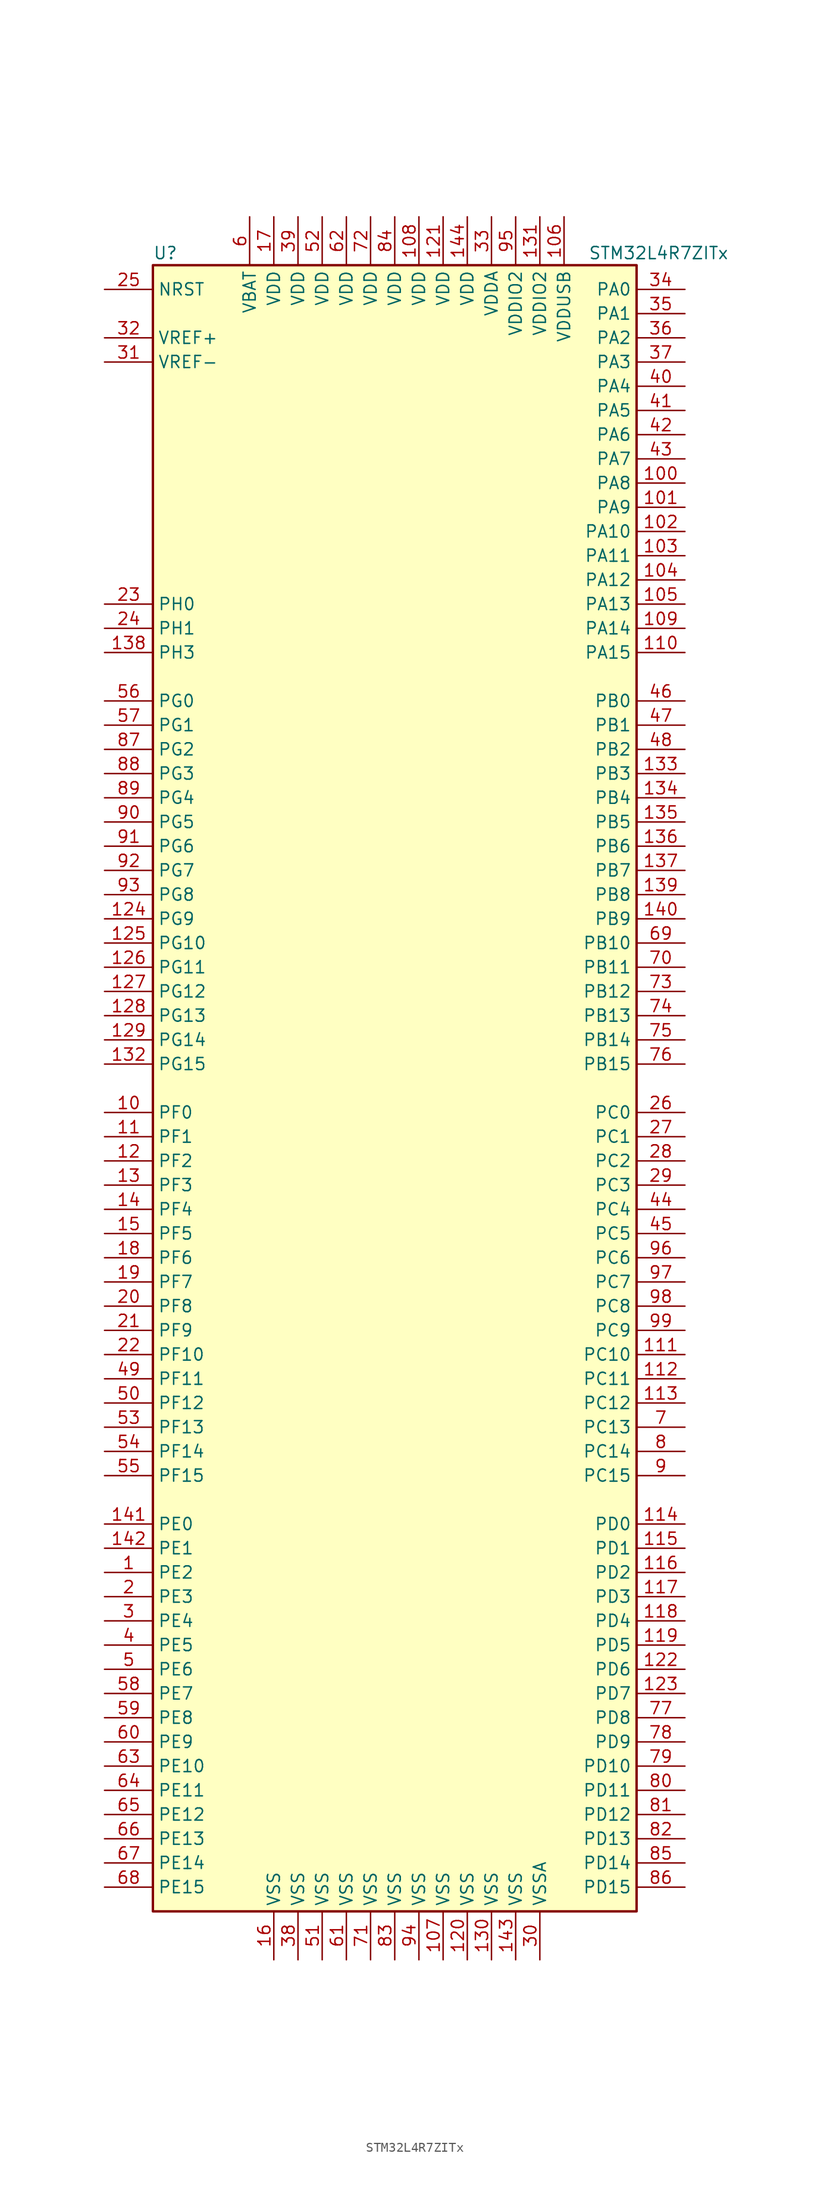
<source format=kicad_sym>
(kicad_symbol_lib
  (version 20201005)
  (generator kicad_symbol_editor)
  (symbol "STM32L4R7ZITx"
    (property "Reference" "U"
      (at -25.4 87.63 0)
      (effects (font (size 1.27 1.27)) (justify left)))
    (property "Value" "STM32L4R7ZITx"
      (at 20.32 87.63 0)
      (effects (font (size 1.27 1.27)) (justify left)))
    (symbol "STM32L4R7ZITx_0_1"
      (rectangle (start -25.4 -86.36) (end 25.4 86.36) (stroke (width 0.254)) (fill (type background))))
    (symbol "STM32L4R7ZITx_1_1"
      (pin bidirectional line (at -30.48 -50.8 0) (length 5.08) (name "PE2" (effects (font (size 1.27 1.27)))) (number "1" (effects (font (size 1.27 1.27)))))
      (pin bidirectional line (at -30.48 -2.54 0) (length 5.08) (name "PF0" (effects (font (size 1.27 1.27)))) (number "10" (effects (font (size 1.27 1.27)))))
      (pin bidirectional line (at 30.48 63.5 180) (length 5.08) (name "PA8" (effects (font (size 1.27 1.27)))) (number "100" (effects (font (size 1.27 1.27)))))
      (pin bidirectional line (at 30.48 60.96 180) (length 5.08) (name "PA9" (effects (font (size 1.27 1.27)))) (number "101" (effects (font (size 1.27 1.27)))))
      (pin bidirectional line (at 30.48 58.42 180) (length 5.08) (name "PA10" (effects (font (size 1.27 1.27)))) (number "102" (effects (font (size 1.27 1.27)))))
      (pin bidirectional line (at 30.48 55.88 180) (length 5.08) (name "PA11" (effects (font (size 1.27 1.27)))) (number "103" (effects (font (size 1.27 1.27)))))
      (pin bidirectional line (at 30.48 53.34 180) (length 5.08) (name "PA12" (effects (font (size 1.27 1.27)))) (number "104" (effects (font (size 1.27 1.27)))))
      (pin bidirectional line (at 30.48 50.8 180) (length 5.08) (name "PA13" (effects (font (size 1.27 1.27)))) (number "105" (effects (font (size 1.27 1.27)))))
      (pin power_in line (at 17.78 91.44 270) (length 5.08) (name "VDDUSB" (effects (font (size 1.27 1.27)))) (number "106" (effects (font (size 1.27 1.27)))))
      (pin power_in line (at 5.08 -91.44 90) (length 5.08) (name "VSS" (effects (font (size 1.27 1.27)))) (number "107" (effects (font (size 1.27 1.27)))))
      (pin power_in line (at 2.54 91.44 270) (length 5.08) (name "VDD" (effects (font (size 1.27 1.27)))) (number "108" (effects (font (size 1.27 1.27)))))
      (pin bidirectional line (at 30.48 48.26 180) (length 5.08) (name "PA14" (effects (font (size 1.27 1.27)))) (number "109" (effects (font (size 1.27 1.27)))))
      (pin bidirectional line (at -30.48 -5.08 0) (length 5.08) (name "PF1" (effects (font (size 1.27 1.27)))) (number "11" (effects (font (size 1.27 1.27)))))
      (pin bidirectional line (at 30.48 45.72 180) (length 5.08) (name "PA15" (effects (font (size 1.27 1.27)))) (number "110" (effects (font (size 1.27 1.27)))))
      (pin bidirectional line (at 30.48 -27.94 180) (length 5.08) (name "PC10" (effects (font (size 1.27 1.27)))) (number "111" (effects (font (size 1.27 1.27)))))
      (pin bidirectional line (at 30.48 -30.48 180) (length 5.08) (name "PC11" (effects (font (size 1.27 1.27)))) (number "112" (effects (font (size 1.27 1.27)))))
      (pin bidirectional line (at 30.48 -33.02 180) (length 5.08) (name "PC12" (effects (font (size 1.27 1.27)))) (number "113" (effects (font (size 1.27 1.27)))))
      (pin bidirectional line (at 30.48 -45.72 180) (length 5.08) (name "PD0" (effects (font (size 1.27 1.27)))) (number "114" (effects (font (size 1.27 1.27)))))
      (pin bidirectional line (at 30.48 -48.26 180) (length 5.08) (name "PD1" (effects (font (size 1.27 1.27)))) (number "115" (effects (font (size 1.27 1.27)))))
      (pin bidirectional line (at 30.48 -50.8 180) (length 5.08) (name "PD2" (effects (font (size 1.27 1.27)))) (number "116" (effects (font (size 1.27 1.27)))))
      (pin bidirectional line (at 30.48 -53.34 180) (length 5.08) (name "PD3" (effects (font (size 1.27 1.27)))) (number "117" (effects (font (size 1.27 1.27)))))
      (pin bidirectional line (at 30.48 -55.88 180) (length 5.08) (name "PD4" (effects (font (size 1.27 1.27)))) (number "118" (effects (font (size 1.27 1.27)))))
      (pin bidirectional line (at 30.48 -58.42 180) (length 5.08) (name "PD5" (effects (font (size 1.27 1.27)))) (number "119" (effects (font (size 1.27 1.27)))))
      (pin bidirectional line (at -30.48 -7.62 0) (length 5.08) (name "PF2" (effects (font (size 1.27 1.27)))) (number "12" (effects (font (size 1.27 1.27)))))
      (pin power_in line (at 7.62 -91.44 90) (length 5.08) (name "VSS" (effects (font (size 1.27 1.27)))) (number "120" (effects (font (size 1.27 1.27)))))
      (pin power_in line (at 5.08 91.44 270) (length 5.08) (name "VDD" (effects (font (size 1.27 1.27)))) (number "121" (effects (font (size 1.27 1.27)))))
      (pin bidirectional line (at 30.48 -60.96 180) (length 5.08) (name "PD6" (effects (font (size 1.27 1.27)))) (number "122" (effects (font (size 1.27 1.27)))))
      (pin bidirectional line (at 30.48 -63.5 180) (length 5.08) (name "PD7" (effects (font (size 1.27 1.27)))) (number "123" (effects (font (size 1.27 1.27)))))
      (pin bidirectional line (at -30.48 17.78 0) (length 5.08) (name "PG9" (effects (font (size 1.27 1.27)))) (number "124" (effects (font (size 1.27 1.27)))))
      (pin bidirectional line (at -30.48 15.24 0) (length 5.08) (name "PG10" (effects (font (size 1.27 1.27)))) (number "125" (effects (font (size 1.27 1.27)))))
      (pin bidirectional line (at -30.48 12.7 0) (length 5.08) (name "PG11" (effects (font (size 1.27 1.27)))) (number "126" (effects (font (size 1.27 1.27)))))
      (pin bidirectional line (at -30.48 10.16 0) (length 5.08) (name "PG12" (effects (font (size 1.27 1.27)))) (number "127" (effects (font (size 1.27 1.27)))))
      (pin bidirectional line (at -30.48 7.62 0) (length 5.08) (name "PG13" (effects (font (size 1.27 1.27)))) (number "128" (effects (font (size 1.27 1.27)))))
      (pin bidirectional line (at -30.48 5.08 0) (length 5.08) (name "PG14" (effects (font (size 1.27 1.27)))) (number "129" (effects (font (size 1.27 1.27)))))
      (pin bidirectional line (at -30.48 -10.16 0) (length 5.08) (name "PF3" (effects (font (size 1.27 1.27)))) (number "13" (effects (font (size 1.27 1.27)))))
      (pin power_in line (at 10.16 -91.44 90) (length 5.08) (name "VSS" (effects (font (size 1.27 1.27)))) (number "130" (effects (font (size 1.27 1.27)))))
      (pin power_in line (at 15.24 91.44 270) (length 5.08) (name "VDDIO2" (effects (font (size 1.27 1.27)))) (number "131" (effects (font (size 1.27 1.27)))))
      (pin bidirectional line (at -30.48 2.54 0) (length 5.08) (name "PG15" (effects (font (size 1.27 1.27)))) (number "132" (effects (font (size 1.27 1.27)))))
      (pin bidirectional line (at 30.48 33.02 180) (length 5.08) (name "PB3" (effects (font (size 1.27 1.27)))) (number "133" (effects (font (size 1.27 1.27)))))
      (pin bidirectional line (at 30.48 30.48 180) (length 5.08) (name "PB4" (effects (font (size 1.27 1.27)))) (number "134" (effects (font (size 1.27 1.27)))))
      (pin bidirectional line (at 30.48 27.94 180) (length 5.08) (name "PB5" (effects (font (size 1.27 1.27)))) (number "135" (effects (font (size 1.27 1.27)))))
      (pin bidirectional line (at 30.48 25.4 180) (length 5.08) (name "PB6" (effects (font (size 1.27 1.27)))) (number "136" (effects (font (size 1.27 1.27)))))
      (pin bidirectional line (at 30.48 22.86 180) (length 5.08) (name "PB7" (effects (font (size 1.27 1.27)))) (number "137" (effects (font (size 1.27 1.27)))))
      (pin bidirectional line (at -30.48 45.72 0) (length 5.08) (name "PH3" (effects (font (size 1.27 1.27)))) (number "138" (effects (font (size 1.27 1.27)))))
      (pin bidirectional line (at 30.48 20.32 180) (length 5.08) (name "PB8" (effects (font (size 1.27 1.27)))) (number "139" (effects (font (size 1.27 1.27)))))
      (pin bidirectional line (at -30.48 -12.7 0) (length 5.08) (name "PF4" (effects (font (size 1.27 1.27)))) (number "14" (effects (font (size 1.27 1.27)))))
      (pin bidirectional line (at 30.48 17.78 180) (length 5.08) (name "PB9" (effects (font (size 1.27 1.27)))) (number "140" (effects (font (size 1.27 1.27)))))
      (pin bidirectional line (at -30.48 -45.72 0) (length 5.08) (name "PE0" (effects (font (size 1.27 1.27)))) (number "141" (effects (font (size 1.27 1.27)))))
      (pin bidirectional line (at -30.48 -48.26 0) (length 5.08) (name "PE1" (effects (font (size 1.27 1.27)))) (number "142" (effects (font (size 1.27 1.27)))))
      (pin power_in line (at 12.7 -91.44 90) (length 5.08) (name "VSS" (effects (font (size 1.27 1.27)))) (number "143" (effects (font (size 1.27 1.27)))))
      (pin power_in line (at 7.62 91.44 270) (length 5.08) (name "VDD" (effects (font (size 1.27 1.27)))) (number "144" (effects (font (size 1.27 1.27)))))
      (pin bidirectional line (at -30.48 -15.24 0) (length 5.08) (name "PF5" (effects (font (size 1.27 1.27)))) (number "15" (effects (font (size 1.27 1.27)))))
      (pin power_in line (at -12.7 -91.44 90) (length 5.08) (name "VSS" (effects (font (size 1.27 1.27)))) (number "16" (effects (font (size 1.27 1.27)))))
      (pin power_in line (at -12.7 91.44 270) (length 5.08) (name "VDD" (effects (font (size 1.27 1.27)))) (number "17" (effects (font (size 1.27 1.27)))))
      (pin bidirectional line (at -30.48 -17.78 0) (length 5.08) (name "PF6" (effects (font (size 1.27 1.27)))) (number "18" (effects (font (size 1.27 1.27)))))
      (pin bidirectional line (at -30.48 -20.32 0) (length 5.08) (name "PF7" (effects (font (size 1.27 1.27)))) (number "19" (effects (font (size 1.27 1.27)))))
      (pin bidirectional line (at -30.48 -53.34 0) (length 5.08) (name "PE3" (effects (font (size 1.27 1.27)))) (number "2" (effects (font (size 1.27 1.27)))))
      (pin bidirectional line (at -30.48 -22.86 0) (length 5.08) (name "PF8" (effects (font (size 1.27 1.27)))) (number "20" (effects (font (size 1.27 1.27)))))
      (pin bidirectional line (at -30.48 -25.4 0) (length 5.08) (name "PF9" (effects (font (size 1.27 1.27)))) (number "21" (effects (font (size 1.27 1.27)))))
      (pin bidirectional line (at -30.48 -27.94 0) (length 5.08) (name "PF10" (effects (font (size 1.27 1.27)))) (number "22" (effects (font (size 1.27 1.27)))))
      (pin input line (at -30.48 50.8 0) (length 5.08) (name "PH0" (effects (font (size 1.27 1.27)))) (number "23" (effects (font (size 1.27 1.27)))))
      (pin input line (at -30.48 48.26 0) (length 5.08) (name "PH1" (effects (font (size 1.27 1.27)))) (number "24" (effects (font (size 1.27 1.27)))))
      (pin input line (at -30.48 83.82 0) (length 5.08) (name "NRST" (effects (font (size 1.27 1.27)))) (number "25" (effects (font (size 1.27 1.27)))))
      (pin bidirectional line (at 30.48 -2.54 180) (length 5.08) (name "PC0" (effects (font (size 1.27 1.27)))) (number "26" (effects (font (size 1.27 1.27)))))
      (pin bidirectional line (at 30.48 -5.08 180) (length 5.08) (name "PC1" (effects (font (size 1.27 1.27)))) (number "27" (effects (font (size 1.27 1.27)))))
      (pin bidirectional line (at 30.48 -7.62 180) (length 5.08) (name "PC2" (effects (font (size 1.27 1.27)))) (number "28" (effects (font (size 1.27 1.27)))))
      (pin bidirectional line (at 30.48 -10.16 180) (length 5.08) (name "PC3" (effects (font (size 1.27 1.27)))) (number "29" (effects (font (size 1.27 1.27)))))
      (pin bidirectional line (at -30.48 -55.88 0) (length 5.08) (name "PE4" (effects (font (size 1.27 1.27)))) (number "3" (effects (font (size 1.27 1.27)))))
      (pin power_in line (at 15.24 -91.44 90) (length 5.08) (name "VSSA" (effects (font (size 1.27 1.27)))) (number "30" (effects (font (size 1.27 1.27)))))
      (pin power_in line (at -30.48 76.2 0) (length 5.08) (name "VREF-" (effects (font (size 1.27 1.27)))) (number "31" (effects (font (size 1.27 1.27)))))
      (pin bidirectional line (at -30.48 78.74 0) (length 5.08) (name "VREF+" (effects (font (size 1.27 1.27)))) (number "32" (effects (font (size 1.27 1.27)))))
      (pin power_in line (at 10.16 91.44 270) (length 5.08) (name "VDDA" (effects (font (size 1.27 1.27)))) (number "33" (effects (font (size 1.27 1.27)))))
      (pin bidirectional line (at 30.48 83.82 180) (length 5.08) (name "PA0" (effects (font (size 1.27 1.27)))) (number "34" (effects (font (size 1.27 1.27)))))
      (pin bidirectional line (at 30.48 81.28 180) (length 5.08) (name "PA1" (effects (font (size 1.27 1.27)))) (number "35" (effects (font (size 1.27 1.27)))))
      (pin bidirectional line (at 30.48 78.74 180) (length 5.08) (name "PA2" (effects (font (size 1.27 1.27)))) (number "36" (effects (font (size 1.27 1.27)))))
      (pin bidirectional line (at 30.48 76.2 180) (length 5.08) (name "PA3" (effects (font (size 1.27 1.27)))) (number "37" (effects (font (size 1.27 1.27)))))
      (pin power_in line (at -10.16 -91.44 90) (length 5.08) (name "VSS" (effects (font (size 1.27 1.27)))) (number "38" (effects (font (size 1.27 1.27)))))
      (pin power_in line (at -10.16 91.44 270) (length 5.08) (name "VDD" (effects (font (size 1.27 1.27)))) (number "39" (effects (font (size 1.27 1.27)))))
      (pin bidirectional line (at -30.48 -58.42 0) (length 5.08) (name "PE5" (effects (font (size 1.27 1.27)))) (number "4" (effects (font (size 1.27 1.27)))))
      (pin bidirectional line (at 30.48 73.66 180) (length 5.08) (name "PA4" (effects (font (size 1.27 1.27)))) (number "40" (effects (font (size 1.27 1.27)))))
      (pin bidirectional line (at 30.48 71.12 180) (length 5.08) (name "PA5" (effects (font (size 1.27 1.27)))) (number "41" (effects (font (size 1.27 1.27)))))
      (pin bidirectional line (at 30.48 68.58 180) (length 5.08) (name "PA6" (effects (font (size 1.27 1.27)))) (number "42" (effects (font (size 1.27 1.27)))))
      (pin bidirectional line (at 30.48 66.04 180) (length 5.08) (name "PA7" (effects (font (size 1.27 1.27)))) (number "43" (effects (font (size 1.27 1.27)))))
      (pin bidirectional line (at 30.48 -12.7 180) (length 5.08) (name "PC4" (effects (font (size 1.27 1.27)))) (number "44" (effects (font (size 1.27 1.27)))))
      (pin bidirectional line (at 30.48 -15.24 180) (length 5.08) (name "PC5" (effects (font (size 1.27 1.27)))) (number "45" (effects (font (size 1.27 1.27)))))
      (pin bidirectional line (at 30.48 40.64 180) (length 5.08) (name "PB0" (effects (font (size 1.27 1.27)))) (number "46" (effects (font (size 1.27 1.27)))))
      (pin bidirectional line (at 30.48 38.1 180) (length 5.08) (name "PB1" (effects (font (size 1.27 1.27)))) (number "47" (effects (font (size 1.27 1.27)))))
      (pin bidirectional line (at 30.48 35.56 180) (length 5.08) (name "PB2" (effects (font (size 1.27 1.27)))) (number "48" (effects (font (size 1.27 1.27)))))
      (pin bidirectional line (at -30.48 -30.48 0) (length 5.08) (name "PF11" (effects (font (size 1.27 1.27)))) (number "49" (effects (font (size 1.27 1.27)))))
      (pin bidirectional line (at -30.48 -60.96 0) (length 5.08) (name "PE6" (effects (font (size 1.27 1.27)))) (number "5" (effects (font (size 1.27 1.27)))))
      (pin bidirectional line (at -30.48 -33.02 0) (length 5.08) (name "PF12" (effects (font (size 1.27 1.27)))) (number "50" (effects (font (size 1.27 1.27)))))
      (pin power_in line (at -7.62 -91.44 90) (length 5.08) (name "VSS" (effects (font (size 1.27 1.27)))) (number "51" (effects (font (size 1.27 1.27)))))
      (pin power_in line (at -7.62 91.44 270) (length 5.08) (name "VDD" (effects (font (size 1.27 1.27)))) (number "52" (effects (font (size 1.27 1.27)))))
      (pin bidirectional line (at -30.48 -35.56 0) (length 5.08) (name "PF13" (effects (font (size 1.27 1.27)))) (number "53" (effects (font (size 1.27 1.27)))))
      (pin bidirectional line (at -30.48 -38.1 0) (length 5.08) (name "PF14" (effects (font (size 1.27 1.27)))) (number "54" (effects (font (size 1.27 1.27)))))
      (pin bidirectional line (at -30.48 -40.64 0) (length 5.08) (name "PF15" (effects (font (size 1.27 1.27)))) (number "55" (effects (font (size 1.27 1.27)))))
      (pin bidirectional line (at -30.48 40.64 0) (length 5.08) (name "PG0" (effects (font (size 1.27 1.27)))) (number "56" (effects (font (size 1.27 1.27)))))
      (pin bidirectional line (at -30.48 38.1 0) (length 5.08) (name "PG1" (effects (font (size 1.27 1.27)))) (number "57" (effects (font (size 1.27 1.27)))))
      (pin bidirectional line (at -30.48 -63.5 0) (length 5.08) (name "PE7" (effects (font (size 1.27 1.27)))) (number "58" (effects (font (size 1.27 1.27)))))
      (pin bidirectional line (at -30.48 -66.04 0) (length 5.08) (name "PE8" (effects (font (size 1.27 1.27)))) (number "59" (effects (font (size 1.27 1.27)))))
      (pin power_in line (at -15.24 91.44 270) (length 5.08) (name "VBAT" (effects (font (size 1.27 1.27)))) (number "6" (effects (font (size 1.27 1.27)))))
      (pin bidirectional line (at -30.48 -68.58 0) (length 5.08) (name "PE9" (effects (font (size 1.27 1.27)))) (number "60" (effects (font (size 1.27 1.27)))))
      (pin power_in line (at -5.08 -91.44 90) (length 5.08) (name "VSS" (effects (font (size 1.27 1.27)))) (number "61" (effects (font (size 1.27 1.27)))))
      (pin power_in line (at -5.08 91.44 270) (length 5.08) (name "VDD" (effects (font (size 1.27 1.27)))) (number "62" (effects (font (size 1.27 1.27)))))
      (pin bidirectional line (at -30.48 -71.12 0) (length 5.08) (name "PE10" (effects (font (size 1.27 1.27)))) (number "63" (effects (font (size 1.27 1.27)))))
      (pin bidirectional line (at -30.48 -73.66 0) (length 5.08) (name "PE11" (effects (font (size 1.27 1.27)))) (number "64" (effects (font (size 1.27 1.27)))))
      (pin bidirectional line (at -30.48 -76.2 0) (length 5.08) (name "PE12" (effects (font (size 1.27 1.27)))) (number "65" (effects (font (size 1.27 1.27)))))
      (pin bidirectional line (at -30.48 -78.74 0) (length 5.08) (name "PE13" (effects (font (size 1.27 1.27)))) (number "66" (effects (font (size 1.27 1.27)))))
      (pin bidirectional line (at -30.48 -81.28 0) (length 5.08) (name "PE14" (effects (font (size 1.27 1.27)))) (number "67" (effects (font (size 1.27 1.27)))))
      (pin bidirectional line (at -30.48 -83.82 0) (length 5.08) (name "PE15" (effects (font (size 1.27 1.27)))) (number "68" (effects (font (size 1.27 1.27)))))
      (pin bidirectional line (at 30.48 15.24 180) (length 5.08) (name "PB10" (effects (font (size 1.27 1.27)))) (number "69" (effects (font (size 1.27 1.27)))))
      (pin bidirectional line (at 30.48 -35.56 180) (length 5.08) (name "PC13" (effects (font (size 1.27 1.27)))) (number "7" (effects (font (size 1.27 1.27)))))
      (pin bidirectional line (at 30.48 12.7 180) (length 5.08) (name "PB11" (effects (font (size 1.27 1.27)))) (number "70" (effects (font (size 1.27 1.27)))))
      (pin power_in line (at -2.54 -91.44 90) (length 5.08) (name "VSS" (effects (font (size 1.27 1.27)))) (number "71" (effects (font (size 1.27 1.27)))))
      (pin power_in line (at -2.54 91.44 270) (length 5.08) (name "VDD" (effects (font (size 1.27 1.27)))) (number "72" (effects (font (size 1.27 1.27)))))
      (pin bidirectional line (at 30.48 10.16 180) (length 5.08) (name "PB12" (effects (font (size 1.27 1.27)))) (number "73" (effects (font (size 1.27 1.27)))))
      (pin bidirectional line (at 30.48 7.62 180) (length 5.08) (name "PB13" (effects (font (size 1.27 1.27)))) (number "74" (effects (font (size 1.27 1.27)))))
      (pin bidirectional line (at 30.48 5.08 180) (length 5.08) (name "PB14" (effects (font (size 1.27 1.27)))) (number "75" (effects (font (size 1.27 1.27)))))
      (pin bidirectional line (at 30.48 2.54 180) (length 5.08) (name "PB15" (effects (font (size 1.27 1.27)))) (number "76" (effects (font (size 1.27 1.27)))))
      (pin bidirectional line (at 30.48 -66.04 180) (length 5.08) (name "PD8" (effects (font (size 1.27 1.27)))) (number "77" (effects (font (size 1.27 1.27)))))
      (pin bidirectional line (at 30.48 -68.58 180) (length 5.08) (name "PD9" (effects (font (size 1.27 1.27)))) (number "78" (effects (font (size 1.27 1.27)))))
      (pin bidirectional line (at 30.48 -71.12 180) (length 5.08) (name "PD10" (effects (font (size 1.27 1.27)))) (number "79" (effects (font (size 1.27 1.27)))))
      (pin bidirectional line (at 30.48 -38.1 180) (length 5.08) (name "PC14" (effects (font (size 1.27 1.27)))) (number "8" (effects (font (size 1.27 1.27)))))
      (pin bidirectional line (at 30.48 -73.66 180) (length 5.08) (name "PD11" (effects (font (size 1.27 1.27)))) (number "80" (effects (font (size 1.27 1.27)))))
      (pin bidirectional line (at 30.48 -76.2 180) (length 5.08) (name "PD12" (effects (font (size 1.27 1.27)))) (number "81" (effects (font (size 1.27 1.27)))))
      (pin bidirectional line (at 30.48 -78.74 180) (length 5.08) (name "PD13" (effects (font (size 1.27 1.27)))) (number "82" (effects (font (size 1.27 1.27)))))
      (pin power_in line (at 0 -91.44 90) (length 5.08) (name "VSS" (effects (font (size 1.27 1.27)))) (number "83" (effects (font (size 1.27 1.27)))))
      (pin power_in line (at 0 91.44 270) (length 5.08) (name "VDD" (effects (font (size 1.27 1.27)))) (number "84" (effects (font (size 1.27 1.27)))))
      (pin bidirectional line (at 30.48 -81.28 180) (length 5.08) (name "PD14" (effects (font (size 1.27 1.27)))) (number "85" (effects (font (size 1.27 1.27)))))
      (pin bidirectional line (at 30.48 -83.82 180) (length 5.08) (name "PD15" (effects (font (size 1.27 1.27)))) (number "86" (effects (font (size 1.27 1.27)))))
      (pin bidirectional line (at -30.48 35.56 0) (length 5.08) (name "PG2" (effects (font (size 1.27 1.27)))) (number "87" (effects (font (size 1.27 1.27)))))
      (pin bidirectional line (at -30.48 33.02 0) (length 5.08) (name "PG3" (effects (font (size 1.27 1.27)))) (number "88" (effects (font (size 1.27 1.27)))))
      (pin bidirectional line (at -30.48 30.48 0) (length 5.08) (name "PG4" (effects (font (size 1.27 1.27)))) (number "89" (effects (font (size 1.27 1.27)))))
      (pin bidirectional line (at 30.48 -40.64 180) (length 5.08) (name "PC15" (effects (font (size 1.27 1.27)))) (number "9" (effects (font (size 1.27 1.27)))))
      (pin bidirectional line (at -30.48 27.94 0) (length 5.08) (name "PG5" (effects (font (size 1.27 1.27)))) (number "90" (effects (font (size 1.27 1.27)))))
      (pin bidirectional line (at -30.48 25.4 0) (length 5.08) (name "PG6" (effects (font (size 1.27 1.27)))) (number "91" (effects (font (size 1.27 1.27)))))
      (pin bidirectional line (at -30.48 22.86 0) (length 5.08) (name "PG7" (effects (font (size 1.27 1.27)))) (number "92" (effects (font (size 1.27 1.27)))))
      (pin bidirectional line (at -30.48 20.32 0) (length 5.08) (name "PG8" (effects (font (size 1.27 1.27)))) (number "93" (effects (font (size 1.27 1.27)))))
      (pin power_in line (at 2.54 -91.44 90) (length 5.08) (name "VSS" (effects (font (size 1.27 1.27)))) (number "94" (effects (font (size 1.27 1.27)))))
      (pin power_in line (at 12.7 91.44 270) (length 5.08) (name "VDDIO2" (effects (font (size 1.27 1.27)))) (number "95" (effects (font (size 1.27 1.27)))))
      (pin bidirectional line (at 30.48 -17.78 180) (length 5.08) (name "PC6" (effects (font (size 1.27 1.27)))) (number "96" (effects (font (size 1.27 1.27)))))
      (pin bidirectional line (at 30.48 -20.32 180) (length 5.08) (name "PC7" (effects (font (size 1.27 1.27)))) (number "97" (effects (font (size 1.27 1.27)))))
      (pin bidirectional line (at 30.48 -22.86 180) (length 5.08) (name "PC8" (effects (font (size 1.27 1.27)))) (number "98" (effects (font (size 1.27 1.27)))))
      (pin bidirectional line (at 30.48 -25.4 180) (length 5.08) (name "PC9" (effects (font (size 1.27 1.27)))) (number "99" (effects (font (size 1.27 1.27))))))))
</source>
